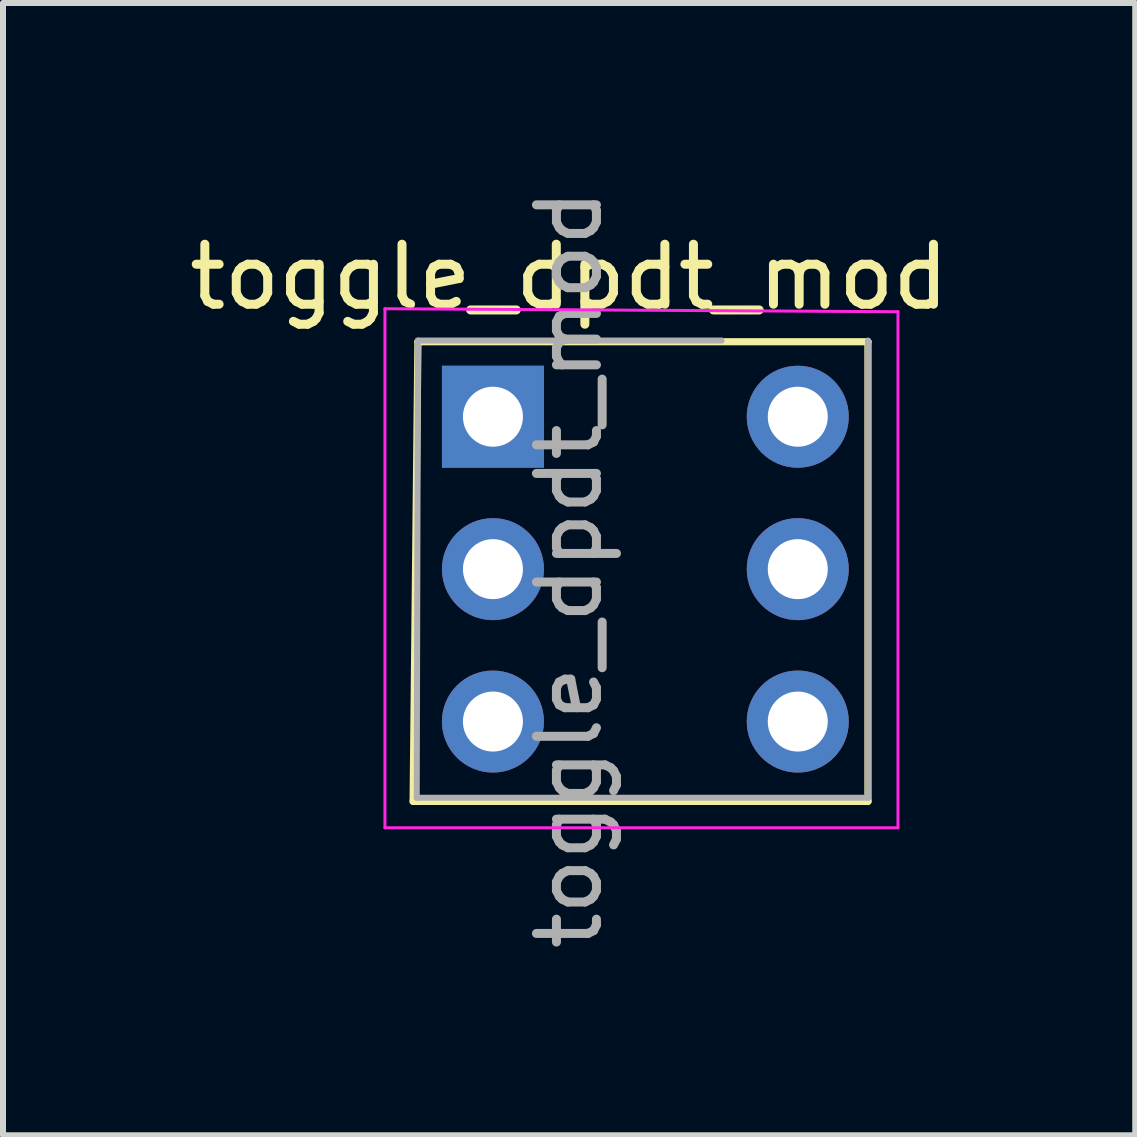
<source format=kicad_pcb>
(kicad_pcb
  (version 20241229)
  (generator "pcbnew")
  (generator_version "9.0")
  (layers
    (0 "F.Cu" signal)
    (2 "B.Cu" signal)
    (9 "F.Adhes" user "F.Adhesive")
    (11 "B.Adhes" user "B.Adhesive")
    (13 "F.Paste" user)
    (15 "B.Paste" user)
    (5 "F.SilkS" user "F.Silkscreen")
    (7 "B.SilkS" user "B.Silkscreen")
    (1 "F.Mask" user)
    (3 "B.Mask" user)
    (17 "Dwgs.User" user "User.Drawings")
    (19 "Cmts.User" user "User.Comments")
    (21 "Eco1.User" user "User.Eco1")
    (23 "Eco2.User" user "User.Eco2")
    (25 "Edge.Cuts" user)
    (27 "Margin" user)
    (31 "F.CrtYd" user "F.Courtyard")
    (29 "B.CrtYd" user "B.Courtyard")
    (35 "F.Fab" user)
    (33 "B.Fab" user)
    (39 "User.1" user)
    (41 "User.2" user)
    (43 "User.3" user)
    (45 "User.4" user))
  (footprint "toggle_dpdt_mod"
    (layer "F.Cu")
    (at 5.165 3.895)
    (property "Reference" "toggle_dpdt_mod" (at 1.27 -2.33 0) (layer "F.SilkS") (effects (font (size 1 1) (thickness 0.15))))
    (attr through_hole)
    (fp_line (start -1.33 6.41) (end 6.25 6.41) (stroke (width 0.12) (type solid)) (layer "F.SilkS"))
    (fp_line (start -1.25 -1.25) (end -1.33 6.41) (stroke (width 0.12) (type solid)) (layer "F.SilkS"))
    (fp_line (start -1.25 -1.25) (end 6.25 -1.25) (stroke (width 0.12) (type solid)) (layer "F.SilkS"))
    (fp_line (start 6.25 -1.25) (end 6.25 6.41) (stroke (width 0.12) (type solid)) (layer "F.SilkS"))
    (fp_line (start -1.8 -1.8) (end -1.8 6.85) (stroke (width 0.05) (type solid)) (layer "F.CrtYd"))
    (fp_line (start -1.8 6.85) (end 6.75 6.85) (stroke (width 0.05) (type solid)) (layer "F.CrtYd"))
    (fp_line (start 6.75 -1.75) (end -1.8 -1.8) (stroke (width 0.05) (type solid)) (layer "F.CrtYd"))
    (fp_line (start 6.75 6.85) (end 6.75 -1.75) (stroke (width 0.05) (type solid)) (layer "F.CrtYd"))
    (fp_line (start -1.27 6.35) (end -1.25 -1.27) (stroke (width 0.1) (type solid)) (layer "F.Fab"))
    (fp_line (start -1.25 -1.27) (end 3.81 -1.27) (stroke (width 0.1) (type solid)) (layer "F.Fab"))
    (fp_line (start 6.25 -1.27) (end 6.25 6.35) (stroke (width 0.1) (type solid)) (layer "F.Fab"))
    (fp_line (start 6.25 6.35) (end -1.27 6.35) (stroke (width 0.1) (type solid)) (layer "F.Fab"))
    (fp_text user "${REFERENCE}" (at 1.27 2.54 90) (layer "F.Fab") (effects (font (size 1 1) (thickness 0.15))))
    (pad "1" thru_hole rect (at 0 0) (size 1.7 1.7) (drill 1) (layers "*.Cu" "*.Mask"))
    (pad "2" thru_hole oval (at 5.08 0) (size 1.7 1.7) (drill 1) (layers "*.Cu" "*.Mask"))
    (pad "3" thru_hole oval (at 0 2.54) (size 1.7 1.7) (drill 1) (layers "*.Cu" "*.Mask"))
    (pad "4" thru_hole oval (at 5.08 2.54) (size 1.7 1.7) (drill 1) (layers "*.Cu" "*.Mask"))
    (pad "5" thru_hole oval (at 0 5.08) (size 1.7 1.7) (drill 1) (layers "*.Cu" "*.Mask"))
    (pad "6" thru_hole oval (at 5.08 5.08) (size 1.7 1.7) (drill 1) (layers "*.Cu" "*.Mask")))
  (gr_rect
    (start -3 -3)
    (end 15.869 15.869)
    (stroke (width 0.1) (type default))
    (fill no)
    (layer "Edge.Cuts")))
</source>
